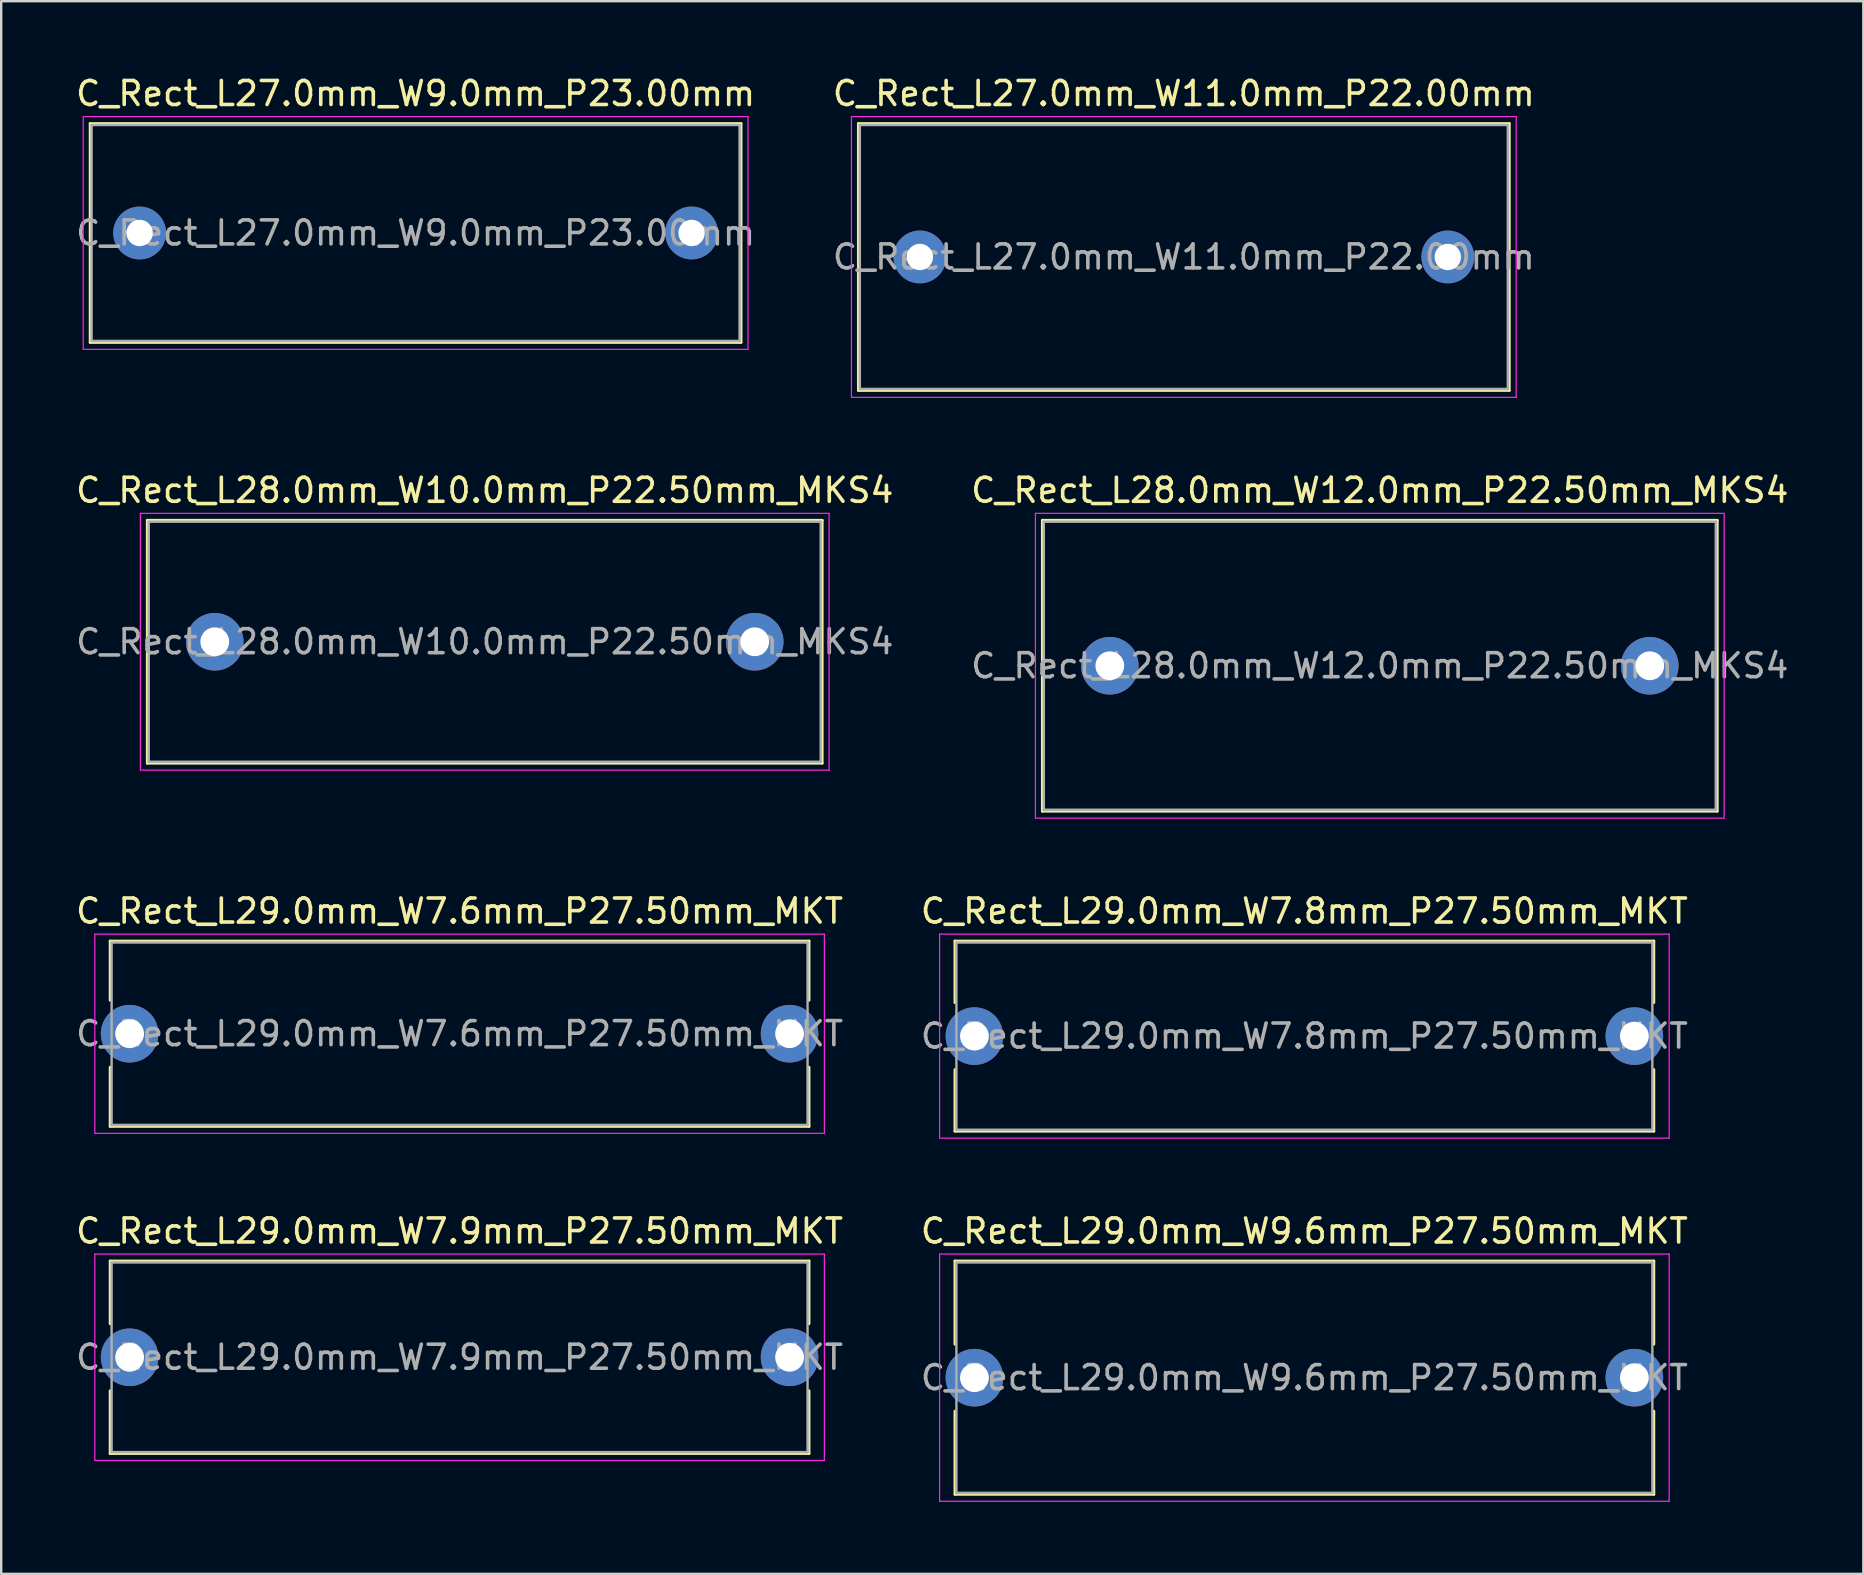
<source format=kicad_pcb>
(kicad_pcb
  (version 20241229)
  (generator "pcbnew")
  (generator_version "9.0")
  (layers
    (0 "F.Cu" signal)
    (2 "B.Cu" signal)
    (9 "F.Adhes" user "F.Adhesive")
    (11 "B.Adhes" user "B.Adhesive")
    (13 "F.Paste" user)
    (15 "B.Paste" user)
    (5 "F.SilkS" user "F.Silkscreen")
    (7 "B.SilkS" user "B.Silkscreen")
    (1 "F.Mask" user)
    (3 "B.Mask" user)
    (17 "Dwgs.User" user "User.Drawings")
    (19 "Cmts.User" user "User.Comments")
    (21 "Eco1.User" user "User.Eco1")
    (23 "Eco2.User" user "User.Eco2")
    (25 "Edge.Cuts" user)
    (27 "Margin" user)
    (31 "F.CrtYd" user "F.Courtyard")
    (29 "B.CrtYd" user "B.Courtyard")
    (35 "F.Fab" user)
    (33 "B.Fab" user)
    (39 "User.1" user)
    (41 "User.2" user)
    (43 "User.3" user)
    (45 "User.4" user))
  (footprint "C_Rect_L28.0mm_W12.0mm_P22.50mm_MKS4"
    (layer "F.Cu")
    (at 43.196 24.692)
    (property "Reference" "C_Rect_L28.0mm_W12.0mm_P22.50mm_MKS4" (at 11.25 -7.31 0) (layer "F.SilkS") (effects (font (size 1 1) (thickness 0.15))))
    (attr through_hole)
    (fp_line (start -2.81 -6.06) (end -2.81 6.06) (stroke (width 0.12) (type solid)) (layer "F.SilkS"))
    (fp_line (start -2.81 -6.06) (end 25.31 -6.06) (stroke (width 0.12) (type solid)) (layer "F.SilkS"))
    (fp_line (start -2.81 6.06) (end 25.31 6.06) (stroke (width 0.12) (type solid)) (layer "F.SilkS"))
    (fp_line (start 25.31 -6.06) (end 25.31 6.06) (stroke (width 0.12) (type solid)) (layer "F.SilkS"))
    (fp_line (start -3.1 -6.35) (end -3.1 6.35) (stroke (width 0.05) (type solid)) (layer "F.CrtYd"))
    (fp_line (start -3.1 6.35) (end 25.6 6.35) (stroke (width 0.05) (type solid)) (layer "F.CrtYd"))
    (fp_line (start 25.6 -6.35) (end -3.1 -6.35) (stroke (width 0.05) (type solid)) (layer "F.CrtYd"))
    (fp_line (start 25.6 6.35) (end 25.6 -6.35) (stroke (width 0.05) (type solid)) (layer "F.CrtYd"))
    (fp_line (start -2.75 -6) (end -2.75 6) (stroke (width 0.1) (type solid)) (layer "F.Fab"))
    (fp_line (start -2.75 6) (end 25.25 6) (stroke (width 0.1) (type solid)) (layer "F.Fab"))
    (fp_line (start 25.25 -6) (end -2.75 -6) (stroke (width 0.1) (type solid)) (layer "F.Fab"))
    (fp_line (start 25.25 6) (end 25.25 -6) (stroke (width 0.1) (type solid)) (layer "F.Fab"))
    (fp_text user "${REFERENCE}" (at 11.25 0 0) (layer "F.Fab") (effects (font (size 1 1) (thickness 0.15))))
    (pad "1" thru_hole circle (at 0 0) (size 2.4 2.4) (drill 1.2) (layers "*.Cu" "*.Mask"))
    (pad "2" thru_hole circle (at 22.5 0) (size 2.4 2.4) (drill 1.2) (layers "*.Cu" "*.Mask")))
  (footprint "C_Rect_L29.0mm_W7.6mm_P27.50mm_MKT"
    (layer "F.Cu")
    (at 2.351 40.025)
    (property "Reference" "C_Rect_L29.0mm_W7.6mm_P27.50mm_MKT" (at 13.75 -5.11 0) (layer "F.SilkS") (effects (font (size 1 1) (thickness 0.15))))
    (attr through_hole)
    (fp_line (start -0.81 -3.86) (end -0.81 -1.395) (stroke (width 0.12) (type solid)) (layer "F.SilkS"))
    (fp_line (start -0.81 -3.86) (end 28.31 -3.86) (stroke (width 0.12) (type solid)) (layer "F.SilkS"))
    (fp_line (start -0.81 1.395) (end -0.81 3.86) (stroke (width 0.12) (type solid)) (layer "F.SilkS"))
    (fp_line (start -0.81 3.86) (end 28.31 3.86) (stroke (width 0.12) (type solid)) (layer "F.SilkS"))
    (fp_line (start 28.31 -3.86) (end 28.31 -1.395) (stroke (width 0.12) (type solid)) (layer "F.SilkS"))
    (fp_line (start 28.31 1.395) (end 28.31 3.86) (stroke (width 0.12) (type solid)) (layer "F.SilkS"))
    (fp_line (start -1.45 -4.15) (end -1.45 4.15) (stroke (width 0.05) (type solid)) (layer "F.CrtYd"))
    (fp_line (start -1.45 4.15) (end 28.95 4.15) (stroke (width 0.05) (type solid)) (layer "F.CrtYd"))
    (fp_line (start 28.95 -4.15) (end -1.45 -4.15) (stroke (width 0.05) (type solid)) (layer "F.CrtYd"))
    (fp_line (start 28.95 4.15) (end 28.95 -4.15) (stroke (width 0.05) (type solid)) (layer "F.CrtYd"))
    (fp_line (start -0.75 -3.8) (end -0.75 3.8) (stroke (width 0.1) (type solid)) (layer "F.Fab"))
    (fp_line (start -0.75 3.8) (end 28.25 3.8) (stroke (width 0.1) (type solid)) (layer "F.Fab"))
    (fp_line (start 28.25 -3.8) (end -0.75 -3.8) (stroke (width 0.1) (type solid)) (layer "F.Fab"))
    (fp_line (start 28.25 3.8) (end 28.25 -3.8) (stroke (width 0.1) (type solid)) (layer "F.Fab"))
    (fp_text user "${REFERENCE}" (at 13.75 0 0) (layer "F.Fab") (effects (font (size 1 1) (thickness 0.15))))
    (pad "1" thru_hole circle (at 0 0) (size 2.4 2.4) (drill 1.2) (layers "*.Cu" "*.Mask"))
    (pad "2" thru_hole circle (at 27.5 0) (size 2.4 2.4) (drill 1.2) (layers "*.Cu" "*.Mask")))
  (footprint "C_Rect_L27.0mm_W9.0mm_P23.00mm"
    (layer "F.Cu")
    (at 2.768 6.658)
    (property "Reference" "C_Rect_L27.0mm_W9.0mm_P23.00mm" (at 11.5 -5.81 0) (layer "F.SilkS") (effects (font (size 1 1) (thickness 0.15))))
    (attr through_hole)
    (fp_line (start -2.06 -4.56) (end -2.06 4.56) (stroke (width 0.12) (type solid)) (layer "F.SilkS"))
    (fp_line (start -2.06 -4.56) (end 25.06 -4.56) (stroke (width 0.12) (type solid)) (layer "F.SilkS"))
    (fp_line (start -2.06 4.56) (end 25.06 4.56) (stroke (width 0.12) (type solid)) (layer "F.SilkS"))
    (fp_line (start 25.06 -4.56) (end 25.06 4.56) (stroke (width 0.12) (type solid)) (layer "F.SilkS"))
    (fp_line (start -2.35 -4.85) (end -2.35 4.85) (stroke (width 0.05) (type solid)) (layer "F.CrtYd"))
    (fp_line (start -2.35 4.85) (end 25.35 4.85) (stroke (width 0.05) (type solid)) (layer "F.CrtYd"))
    (fp_line (start 25.35 -4.85) (end -2.35 -4.85) (stroke (width 0.05) (type solid)) (layer "F.CrtYd"))
    (fp_line (start 25.35 4.85) (end 25.35 -4.85) (stroke (width 0.05) (type solid)) (layer "F.CrtYd"))
    (fp_line (start -2 -4.5) (end -2 4.5) (stroke (width 0.1) (type solid)) (layer "F.Fab"))
    (fp_line (start -2 4.5) (end 25 4.5) (stroke (width 0.1) (type solid)) (layer "F.Fab"))
    (fp_line (start 25 -4.5) (end -2 -4.5) (stroke (width 0.1) (type solid)) (layer "F.Fab"))
    (fp_line (start 25 4.5) (end 25 -4.5) (stroke (width 0.1) (type solid)) (layer "F.Fab"))
    (fp_text user "${REFERENCE}" (at 11.5 0 0) (layer "F.Fab") (effects (font (size 1 1) (thickness 0.15))))
    (pad "1" thru_hole circle (at 0 0) (size 2.2 2.2) (drill 1.1) (layers "*.Cu" "*.Mask"))
    (pad "2" thru_hole circle (at 23 0) (size 2.2 2.2) (drill 1.1) (layers "*.Cu" "*.Mask")))
  (footprint "C_Rect_L28.0mm_W10.0mm_P22.50mm_MKS4"
    (layer "F.Cu")
    (at 5.899 23.692)
    (property "Reference" "C_Rect_L28.0mm_W10.0mm_P22.50mm_MKS4" (at 11.25 -6.31 0) (layer "F.SilkS") (effects (font (size 1 1) (thickness 0.15))))
    (attr through_hole)
    (fp_line (start -2.81 -5.06) (end -2.81 5.06) (stroke (width 0.12) (type solid)) (layer "F.SilkS"))
    (fp_line (start -2.81 -5.06) (end 25.31 -5.06) (stroke (width 0.12) (type solid)) (layer "F.SilkS"))
    (fp_line (start -2.81 5.06) (end 25.31 5.06) (stroke (width 0.12) (type solid)) (layer "F.SilkS"))
    (fp_line (start 25.31 -5.06) (end 25.31 5.06) (stroke (width 0.12) (type solid)) (layer "F.SilkS"))
    (fp_line (start -3.1 -5.35) (end -3.1 5.35) (stroke (width 0.05) (type solid)) (layer "F.CrtYd"))
    (fp_line (start -3.1 5.35) (end 25.6 5.35) (stroke (width 0.05) (type solid)) (layer "F.CrtYd"))
    (fp_line (start 25.6 -5.35) (end -3.1 -5.35) (stroke (width 0.05) (type solid)) (layer "F.CrtYd"))
    (fp_line (start 25.6 5.35) (end 25.6 -5.35) (stroke (width 0.05) (type solid)) (layer "F.CrtYd"))
    (fp_line (start -2.75 -5) (end -2.75 5) (stroke (width 0.1) (type solid)) (layer "F.Fab"))
    (fp_line (start -2.75 5) (end 25.25 5) (stroke (width 0.1) (type solid)) (layer "F.Fab"))
    (fp_line (start 25.25 -5) (end -2.75 -5) (stroke (width 0.1) (type solid)) (layer "F.Fab"))
    (fp_line (start 25.25 5) (end 25.25 -5) (stroke (width 0.1) (type solid)) (layer "F.Fab"))
    (fp_text user "${REFERENCE}" (at 11.25 0 0) (layer "F.Fab") (effects (font (size 1 1) (thickness 0.15))))
    (pad "1" thru_hole circle (at 0 0) (size 2.4 2.4) (drill 1.2) (layers "*.Cu" "*.Mask"))
    (pad "2" thru_hole circle (at 22.5 0) (size 2.4 2.4) (drill 1.2) (layers "*.Cu" "*.Mask")))
  (footprint "C_Rect_L29.0mm_W7.9mm_P27.50mm_MKT"
    (layer "F.Cu")
    (at 2.351 53.508)
    (property "Reference" "C_Rect_L29.0mm_W7.9mm_P27.50mm_MKT" (at 13.75 -5.26 0) (layer "F.SilkS") (effects (font (size 1 1) (thickness 0.15))))
    (attr through_hole)
    (fp_line (start -0.81 -4.01) (end -0.81 -1.395) (stroke (width 0.12) (type solid)) (layer "F.SilkS"))
    (fp_line (start -0.81 -4.01) (end 28.31 -4.01) (stroke (width 0.12) (type solid)) (layer "F.SilkS"))
    (fp_line (start -0.81 1.395) (end -0.81 4.01) (stroke (width 0.12) (type solid)) (layer "F.SilkS"))
    (fp_line (start -0.81 4.01) (end 28.31 4.01) (stroke (width 0.12) (type solid)) (layer "F.SilkS"))
    (fp_line (start 28.31 -4.01) (end 28.31 -1.395) (stroke (width 0.12) (type solid)) (layer "F.SilkS"))
    (fp_line (start 28.31 1.395) (end 28.31 4.01) (stroke (width 0.12) (type solid)) (layer "F.SilkS"))
    (fp_line (start -1.45 -4.3) (end -1.45 4.3) (stroke (width 0.05) (type solid)) (layer "F.CrtYd"))
    (fp_line (start -1.45 4.3) (end 28.95 4.3) (stroke (width 0.05) (type solid)) (layer "F.CrtYd"))
    (fp_line (start 28.95 -4.3) (end -1.45 -4.3) (stroke (width 0.05) (type solid)) (layer "F.CrtYd"))
    (fp_line (start 28.95 4.3) (end 28.95 -4.3) (stroke (width 0.05) (type solid)) (layer "F.CrtYd"))
    (fp_line (start -0.75 -3.95) (end -0.75 3.95) (stroke (width 0.1) (type solid)) (layer "F.Fab"))
    (fp_line (start -0.75 3.95) (end 28.25 3.95) (stroke (width 0.1) (type solid)) (layer "F.Fab"))
    (fp_line (start 28.25 -3.95) (end -0.75 -3.95) (stroke (width 0.1) (type solid)) (layer "F.Fab"))
    (fp_line (start 28.25 3.95) (end 28.25 -3.95) (stroke (width 0.1) (type solid)) (layer "F.Fab"))
    (fp_text user "${REFERENCE}" (at 13.75 0 0) (layer "F.Fab") (effects (font (size 1 1) (thickness 0.15))))
    (pad "1" thru_hole circle (at 0 0) (size 2.4 2.4) (drill 1.2) (layers "*.Cu" "*.Mask"))
    (pad "2" thru_hole circle (at 27.5 0) (size 2.4 2.4) (drill 1.2) (layers "*.Cu" "*.Mask")))
  (footprint "C_Rect_L29.0mm_W9.6mm_P27.50mm_MKT"
    (layer "F.Cu")
    (at 37.554 54.358)
    (property "Reference" "C_Rect_L29.0mm_W9.6mm_P27.50mm_MKT" (at 13.75 -6.11 0) (layer "F.SilkS") (effects (font (size 1 1) (thickness 0.15))))
    (attr through_hole)
    (fp_line (start -0.81 -4.86) (end -0.81 -1.395) (stroke (width 0.12) (type solid)) (layer "F.SilkS"))
    (fp_line (start -0.81 -4.86) (end 28.31 -4.86) (stroke (width 0.12) (type solid)) (layer "F.SilkS"))
    (fp_line (start -0.81 1.395) (end -0.81 4.86) (stroke (width 0.12) (type solid)) (layer "F.SilkS"))
    (fp_line (start -0.81 4.86) (end 28.31 4.86) (stroke (width 0.12) (type solid)) (layer "F.SilkS"))
    (fp_line (start 28.31 -4.86) (end 28.31 -1.395) (stroke (width 0.12) (type solid)) (layer "F.SilkS"))
    (fp_line (start 28.31 1.395) (end 28.31 4.86) (stroke (width 0.12) (type solid)) (layer "F.SilkS"))
    (fp_line (start -1.45 -5.15) (end -1.45 5.15) (stroke (width 0.05) (type solid)) (layer "F.CrtYd"))
    (fp_line (start -1.45 5.15) (end 28.95 5.15) (stroke (width 0.05) (type solid)) (layer "F.CrtYd"))
    (fp_line (start 28.95 -5.15) (end -1.45 -5.15) (stroke (width 0.05) (type solid)) (layer "F.CrtYd"))
    (fp_line (start 28.95 5.15) (end 28.95 -5.15) (stroke (width 0.05) (type solid)) (layer "F.CrtYd"))
    (fp_line (start -0.75 -4.8) (end -0.75 4.8) (stroke (width 0.1) (type solid)) (layer "F.Fab"))
    (fp_line (start -0.75 4.8) (end 28.25 4.8) (stroke (width 0.1) (type solid)) (layer "F.Fab"))
    (fp_line (start 28.25 -4.8) (end -0.75 -4.8) (stroke (width 0.1) (type solid)) (layer "F.Fab"))
    (fp_line (start 28.25 4.8) (end 28.25 -4.8) (stroke (width 0.1) (type solid)) (layer "F.Fab"))
    (fp_text user "${REFERENCE}" (at 13.75 0 0) (layer "F.Fab") (effects (font (size 1 1) (thickness 0.15))))
    (pad "1" thru_hole circle (at 0 0) (size 2.4 2.4) (drill 1.2) (layers "*.Cu" "*.Mask"))
    (pad "2" thru_hole circle (at 27.5 0) (size 2.4 2.4) (drill 1.2) (layers "*.Cu" "*.Mask")))
  (footprint "C_Rect_L29.0mm_W7.8mm_P27.50mm_MKT"
    (layer "F.Cu")
    (at 37.554 40.125)
    (property "Reference" "C_Rect_L29.0mm_W7.8mm_P27.50mm_MKT" (at 13.75 -5.21 0) (layer "F.SilkS") (effects (font (size 1 1) (thickness 0.15))))
    (attr through_hole)
    (fp_line (start -0.81 -3.96) (end -0.81 -1.395) (stroke (width 0.12) (type solid)) (layer "F.SilkS"))
    (fp_line (start -0.81 -3.96) (end 28.31 -3.96) (stroke (width 0.12) (type solid)) (layer "F.SilkS"))
    (fp_line (start -0.81 1.395) (end -0.81 3.96) (stroke (width 0.12) (type solid)) (layer "F.SilkS"))
    (fp_line (start -0.81 3.96) (end 28.31 3.96) (stroke (width 0.12) (type solid)) (layer "F.SilkS"))
    (fp_line (start 28.31 -3.96) (end 28.31 -1.395) (stroke (width 0.12) (type solid)) (layer "F.SilkS"))
    (fp_line (start 28.31 1.395) (end 28.31 3.96) (stroke (width 0.12) (type solid)) (layer "F.SilkS"))
    (fp_line (start -1.45 -4.25) (end -1.45 4.25) (stroke (width 0.05) (type solid)) (layer "F.CrtYd"))
    (fp_line (start -1.45 4.25) (end 28.95 4.25) (stroke (width 0.05) (type solid)) (layer "F.CrtYd"))
    (fp_line (start 28.95 -4.25) (end -1.45 -4.25) (stroke (width 0.05) (type solid)) (layer "F.CrtYd"))
    (fp_line (start 28.95 4.25) (end 28.95 -4.25) (stroke (width 0.05) (type solid)) (layer "F.CrtYd"))
    (fp_line (start -0.75 -3.9) (end -0.75 3.9) (stroke (width 0.1) (type solid)) (layer "F.Fab"))
    (fp_line (start -0.75 3.9) (end 28.25 3.9) (stroke (width 0.1) (type solid)) (layer "F.Fab"))
    (fp_line (start 28.25 -3.9) (end -0.75 -3.9) (stroke (width 0.1) (type solid)) (layer "F.Fab"))
    (fp_line (start 28.25 3.9) (end 28.25 -3.9) (stroke (width 0.1) (type solid)) (layer "F.Fab"))
    (fp_text user "${REFERENCE}" (at 13.75 0 0) (layer "F.Fab") (effects (font (size 1 1) (thickness 0.15))))
    (pad "1" thru_hole circle (at 0 0) (size 2.4 2.4) (drill 1.2) (layers "*.Cu" "*.Mask"))
    (pad "2" thru_hole circle (at 27.5 0) (size 2.4 2.4) (drill 1.2) (layers "*.Cu" "*.Mask")))
  (footprint "C_Rect_L27.0mm_W11.0mm_P22.00mm"
    (layer "F.Cu")
    (at 35.28 7.658)
    (property "Reference" "C_Rect_L27.0mm_W11.0mm_P22.00mm" (at 11 -6.81 0) (layer "F.SilkS") (effects (font (size 1 1) (thickness 0.15))))
    (attr through_hole)
    (fp_line (start -2.56 -5.56) (end -2.56 5.56) (stroke (width 0.12) (type solid)) (layer "F.SilkS"))
    (fp_line (start -2.56 -5.56) (end 24.56 -5.56) (stroke (width 0.12) (type solid)) (layer "F.SilkS"))
    (fp_line (start -2.56 5.56) (end 24.56 5.56) (stroke (width 0.12) (type solid)) (layer "F.SilkS"))
    (fp_line (start 24.56 -5.56) (end 24.56 5.56) (stroke (width 0.12) (type solid)) (layer "F.SilkS"))
    (fp_line (start -2.85 -5.85) (end -2.85 5.85) (stroke (width 0.05) (type solid)) (layer "F.CrtYd"))
    (fp_line (start -2.85 5.85) (end 24.85 5.85) (stroke (width 0.05) (type solid)) (layer "F.CrtYd"))
    (fp_line (start 24.85 -5.85) (end -2.85 -5.85) (stroke (width 0.05) (type solid)) (layer "F.CrtYd"))
    (fp_line (start 24.85 5.85) (end 24.85 -5.85) (stroke (width 0.05) (type solid)) (layer "F.CrtYd"))
    (fp_line (start -2.5 -5.5) (end -2.5 5.5) (stroke (width 0.1) (type solid)) (layer "F.Fab"))
    (fp_line (start -2.5 5.5) (end 24.5 5.5) (stroke (width 0.1) (type solid)) (layer "F.Fab"))
    (fp_line (start 24.5 -5.5) (end -2.5 -5.5) (stroke (width 0.1) (type solid)) (layer "F.Fab"))
    (fp_line (start 24.5 5.5) (end 24.5 -5.5) (stroke (width 0.1) (type solid)) (layer "F.Fab"))
    (fp_text user "${REFERENCE}" (at 11 0 0) (layer "F.Fab") (effects (font (size 1 1) (thickness 0.15))))
    (pad "1" thru_hole circle (at 0 0) (size 2.2 2.2) (drill 1.1) (layers "*.Cu" "*.Mask"))
    (pad "2" thru_hole circle (at 22 0) (size 2.2 2.2) (drill 1.1) (layers "*.Cu" "*.Mask")))
  (gr_rect
    (start -3 -3)
    (end 74.595 62.533)
    (stroke (width 0.1) (type default))
    (fill no)
    (layer "Edge.Cuts")))
</source>
